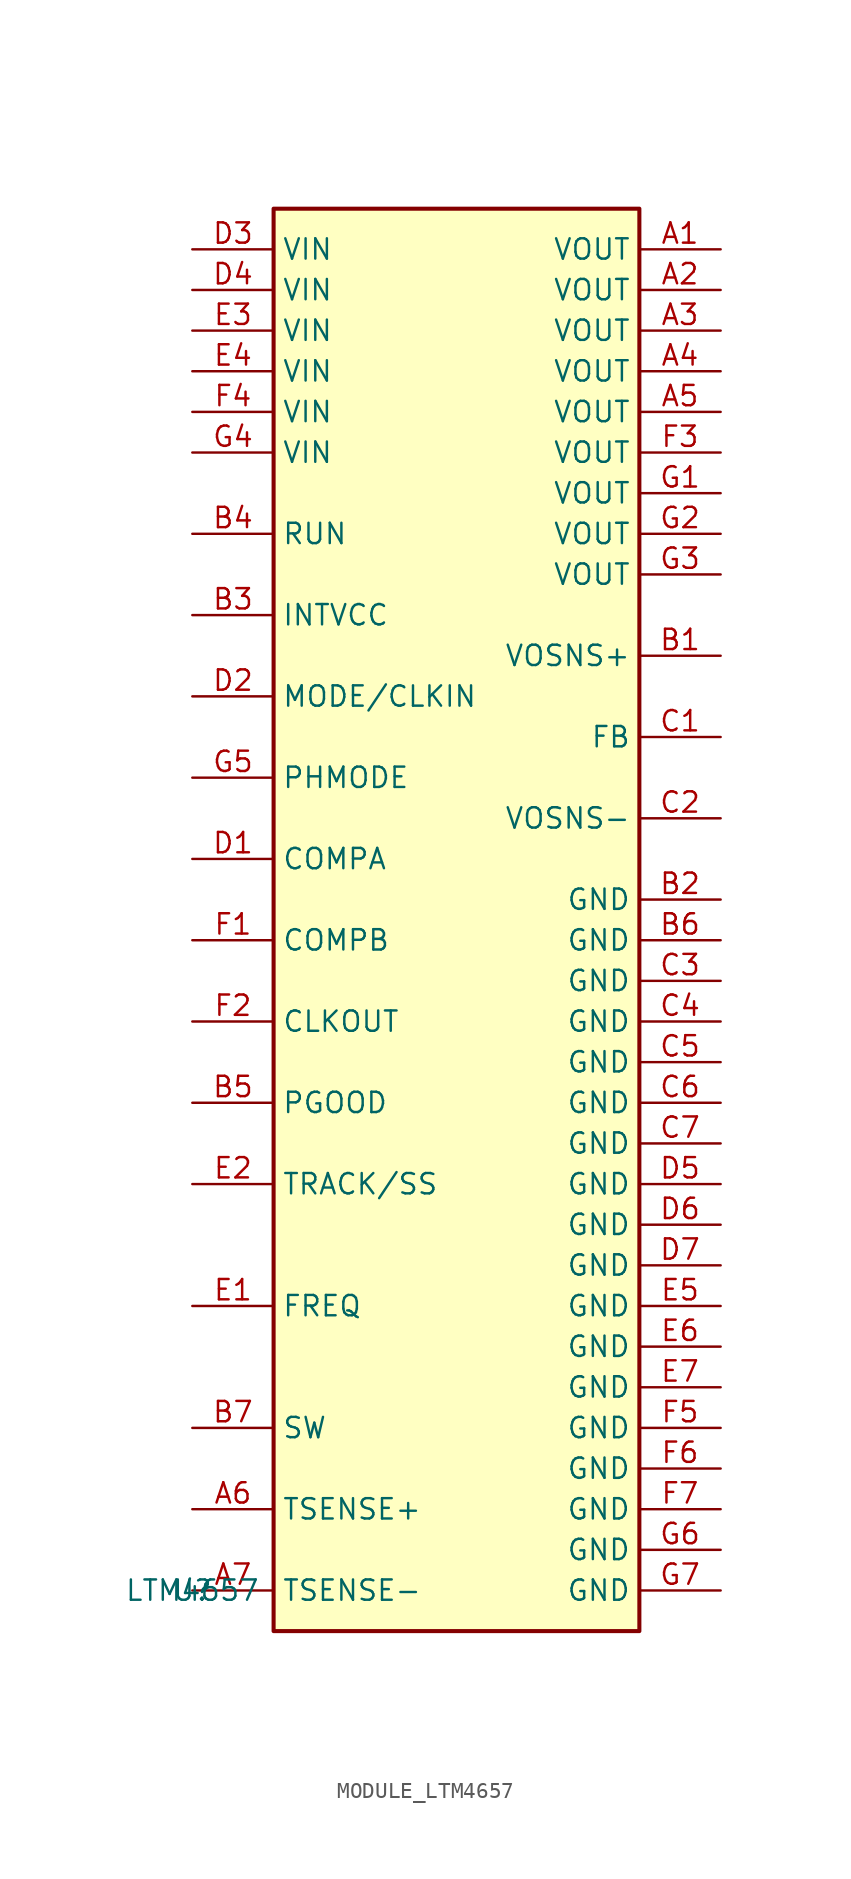
<source format=kicad_sym>
(kicad_symbol_lib
  (version 20231120)
  (generator "kicad_symbol_editor")
  (generator_version "8.0")
  (symbol "MODULE_LTM4657"
    (property "Reference" "U"
      (at 0 0 0)
      (effects (font (size 1.27 1.27))))
    (property "Value" "LTM4657"
      (at 0 0 0)
      (effects (font (size 1.27 1.27))))
    (symbol "MODULE_LTM4657_0_1"
      (rectangle (start 5.08 86.36) (end 27.94 -2.54) (stroke (width 0.254) (type default)) (fill (type background))))
    (symbol "MODULE_LTM4657_1_1"
      (pin passive line (at 33.02 83.82 180) (length 5.08) (name "VOUT" (effects (font (size 1.27 1.27)))) (number "A1" (effects (font (size 1.27 1.27)))))
      (pin passive line (at 33.02 81.28 180) (length 5.08) (name "VOUT" (effects (font (size 1.27 1.27)))) (number "A2" (effects (font (size 1.27 1.27)))))
      (pin passive line (at 33.02 78.74 180) (length 5.08) (name "VOUT" (effects (font (size 1.27 1.27)))) (number "A3" (effects (font (size 1.27 1.27)))))
      (pin passive line (at 33.02 76.2 180) (length 5.08) (name "VOUT" (effects (font (size 1.27 1.27)))) (number "A4" (effects (font (size 1.27 1.27)))))
      (pin passive line (at 33.02 73.66 180) (length 5.08) (name "VOUT" (effects (font (size 1.27 1.27)))) (number "A5" (effects (font (size 1.27 1.27)))))
      (pin passive line (at 0 5.08 0) (length 5.08) (name "TSENSE+" (effects (font (size 1.27 1.27)))) (number "A6" (effects (font (size 1.27 1.27)))))
      (pin passive line (at 0 0 0) (length 5.08) (name "TSENSE-" (effects (font (size 1.27 1.27)))) (number "A7" (effects (font (size 1.27 1.27)))))
      (pin passive line (at 33.02 58.42 180) (length 5.08) (name "VOSNS+" (effects (font (size 1.27 1.27)))) (number "B1" (effects (font (size 1.27 1.27)))))
      (pin power_in line (at 33.02 43.18 180) (length 5.08) (name "GND" (effects (font (size 1.27 1.27)))) (number "B2" (effects (font (size 1.27 1.27)))))
      (pin passive line (at 0 60.96 0) (length 5.08) (name "INTVCC" (effects (font (size 1.27 1.27)))) (number "B3" (effects (font (size 1.27 1.27)))))
      (pin passive line (at 0 66.04 0) (length 5.08) (name "RUN" (effects (font (size 1.27 1.27)))) (number "B4" (effects (font (size 1.27 1.27)))))
      (pin passive line (at 0 30.48 0) (length 5.08) (name "PGOOD" (effects (font (size 1.27 1.27)))) (number "B5" (effects (font (size 1.27 1.27)))))
      (pin power_in line (at 33.02 40.64 180) (length 5.08) (name "GND" (effects (font (size 1.27 1.27)))) (number "B6" (effects (font (size 1.27 1.27)))))
      (pin passive line (at 0 10.16 0) (length 5.08) (name "SW" (effects (font (size 1.27 1.27)))) (number "B7" (effects (font (size 1.27 1.27)))))
      (pin passive line (at 33.02 53.34 180) (length 5.08) (name "FB" (effects (font (size 1.27 1.27)))) (number "C1" (effects (font (size 1.27 1.27)))))
      (pin passive line (at 33.02 48.26 180) (length 5.08) (name "VOSNS-" (effects (font (size 1.27 1.27)))) (number "C2" (effects (font (size 1.27 1.27)))))
      (pin power_in line (at 33.02 38.1 180) (length 5.08) (name "GND" (effects (font (size 1.27 1.27)))) (number "C3" (effects (font (size 1.27 1.27)))))
      (pin power_in line (at 33.02 35.56 180) (length 5.08) (name "GND" (effects (font (size 1.27 1.27)))) (number "C4" (effects (font (size 1.27 1.27)))))
      (pin power_in line (at 33.02 33.02 180) (length 5.08) (name "GND" (effects (font (size 1.27 1.27)))) (number "C5" (effects (font (size 1.27 1.27)))))
      (pin power_in line (at 33.02 30.48 180) (length 5.08) (name "GND" (effects (font (size 1.27 1.27)))) (number "C6" (effects (font (size 1.27 1.27)))))
      (pin power_in line (at 33.02 27.94 180) (length 5.08) (name "GND" (effects (font (size 1.27 1.27)))) (number "C7" (effects (font (size 1.27 1.27)))))
      (pin passive line (at 0 45.72 0) (length 5.08) (name "COMPA" (effects (font (size 1.27 1.27)))) (number "D1" (effects (font (size 1.27 1.27)))))
      (pin passive line (at 0 55.88 0) (length 5.08) (name "MODE/CLKIN" (effects (font (size 1.27 1.27)))) (number "D2" (effects (font (size 1.27 1.27)))))
      (pin power_in line (at 0 83.82 0) (length 5.08) (name "VIN" (effects (font (size 1.27 1.27)))) (number "D3" (effects (font (size 1.27 1.27)))))
      (pin power_in line (at 0 81.28 0) (length 5.08) (name "VIN" (effects (font (size 1.27 1.27)))) (number "D4" (effects (font (size 1.27 1.27)))))
      (pin power_in line (at 33.02 25.4 180) (length 5.08) (name "GND" (effects (font (size 1.27 1.27)))) (number "D5" (effects (font (size 1.27 1.27)))))
      (pin power_in line (at 33.02 22.86 180) (length 5.08) (name "GND" (effects (font (size 1.27 1.27)))) (number "D6" (effects (font (size 1.27 1.27)))))
      (pin power_in line (at 33.02 20.32 180) (length 5.08) (name "GND" (effects (font (size 1.27 1.27)))) (number "D7" (effects (font (size 1.27 1.27)))))
      (pin passive line (at 0 17.78 0) (length 5.08) (name "FREQ" (effects (font (size 1.27 1.27)))) (number "E1" (effects (font (size 1.27 1.27)))))
      (pin passive line (at 0 25.4 0) (length 5.08) (name "TRACK/SS" (effects (font (size 1.27 1.27)))) (number "E2" (effects (font (size 1.27 1.27)))))
      (pin power_in line (at 0 78.74 0) (length 5.08) (name "VIN" (effects (font (size 1.27 1.27)))) (number "E3" (effects (font (size 1.27 1.27)))))
      (pin power_in line (at 0 76.2 0) (length 5.08) (name "VIN" (effects (font (size 1.27 1.27)))) (number "E4" (effects (font (size 1.27 1.27)))))
      (pin power_in line (at 33.02 17.78 180) (length 5.08) (name "GND" (effects (font (size 1.27 1.27)))) (number "E5" (effects (font (size 1.27 1.27)))))
      (pin power_in line (at 33.02 15.24 180) (length 5.08) (name "GND" (effects (font (size 1.27 1.27)))) (number "E6" (effects (font (size 1.27 1.27)))))
      (pin power_in line (at 33.02 12.7 180) (length 5.08) (name "GND" (effects (font (size 1.27 1.27)))) (number "E7" (effects (font (size 1.27 1.27)))))
      (pin passive line (at 0 40.64 0) (length 5.08) (name "COMPB" (effects (font (size 1.27 1.27)))) (number "F1" (effects (font (size 1.27 1.27)))))
      (pin passive line (at 0 35.56 0) (length 5.08) (name "CLKOUT" (effects (font (size 1.27 1.27)))) (number "F2" (effects (font (size 1.27 1.27)))))
      (pin passive line (at 33.02 71.12 180) (length 5.08) (name "VOUT" (effects (font (size 1.27 1.27)))) (number "F3" (effects (font (size 1.27 1.27)))))
      (pin power_in line (at 0 73.66 0) (length 5.08) (name "VIN" (effects (font (size 1.27 1.27)))) (number "F4" (effects (font (size 1.27 1.27)))))
      (pin power_in line (at 33.02 10.16 180) (length 5.08) (name "GND" (effects (font (size 1.27 1.27)))) (number "F5" (effects (font (size 1.27 1.27)))))
      (pin power_in line (at 33.02 7.62 180) (length 5.08) (name "GND" (effects (font (size 1.27 1.27)))) (number "F6" (effects (font (size 1.27 1.27)))))
      (pin power_in line (at 33.02 5.08 180) (length 5.08) (name "GND" (effects (font (size 1.27 1.27)))) (number "F7" (effects (font (size 1.27 1.27)))))
      (pin passive line (at 33.02 68.58 180) (length 5.08) (name "VOUT" (effects (font (size 1.27 1.27)))) (number "G1" (effects (font (size 1.27 1.27)))))
      (pin passive line (at 33.02 66.04 180) (length 5.08) (name "VOUT" (effects (font (size 1.27 1.27)))) (number "G2" (effects (font (size 1.27 1.27)))))
      (pin passive line (at 33.02 63.5 180) (length 5.08) (name "VOUT" (effects (font (size 1.27 1.27)))) (number "G3" (effects (font (size 1.27 1.27)))))
      (pin power_in line (at 0 71.12 0) (length 5.08) (name "VIN" (effects (font (size 1.27 1.27)))) (number "G4" (effects (font (size 1.27 1.27)))))
      (pin passive line (at 0 50.8 0) (length 5.08) (name "PHMODE" (effects (font (size 1.27 1.27)))) (number "G5" (effects (font (size 1.27 1.27)))))
      (pin power_in line (at 33.02 2.54 180) (length 5.08) (name "GND" (effects (font (size 1.27 1.27)))) (number "G6" (effects (font (size 1.27 1.27)))))
      (pin power_in line (at 33.02 0 180) (length 5.08) (name "GND" (effects (font (size 1.27 1.27)))) (number "G7" (effects (font (size 1.27 1.27))))))))
</source>
